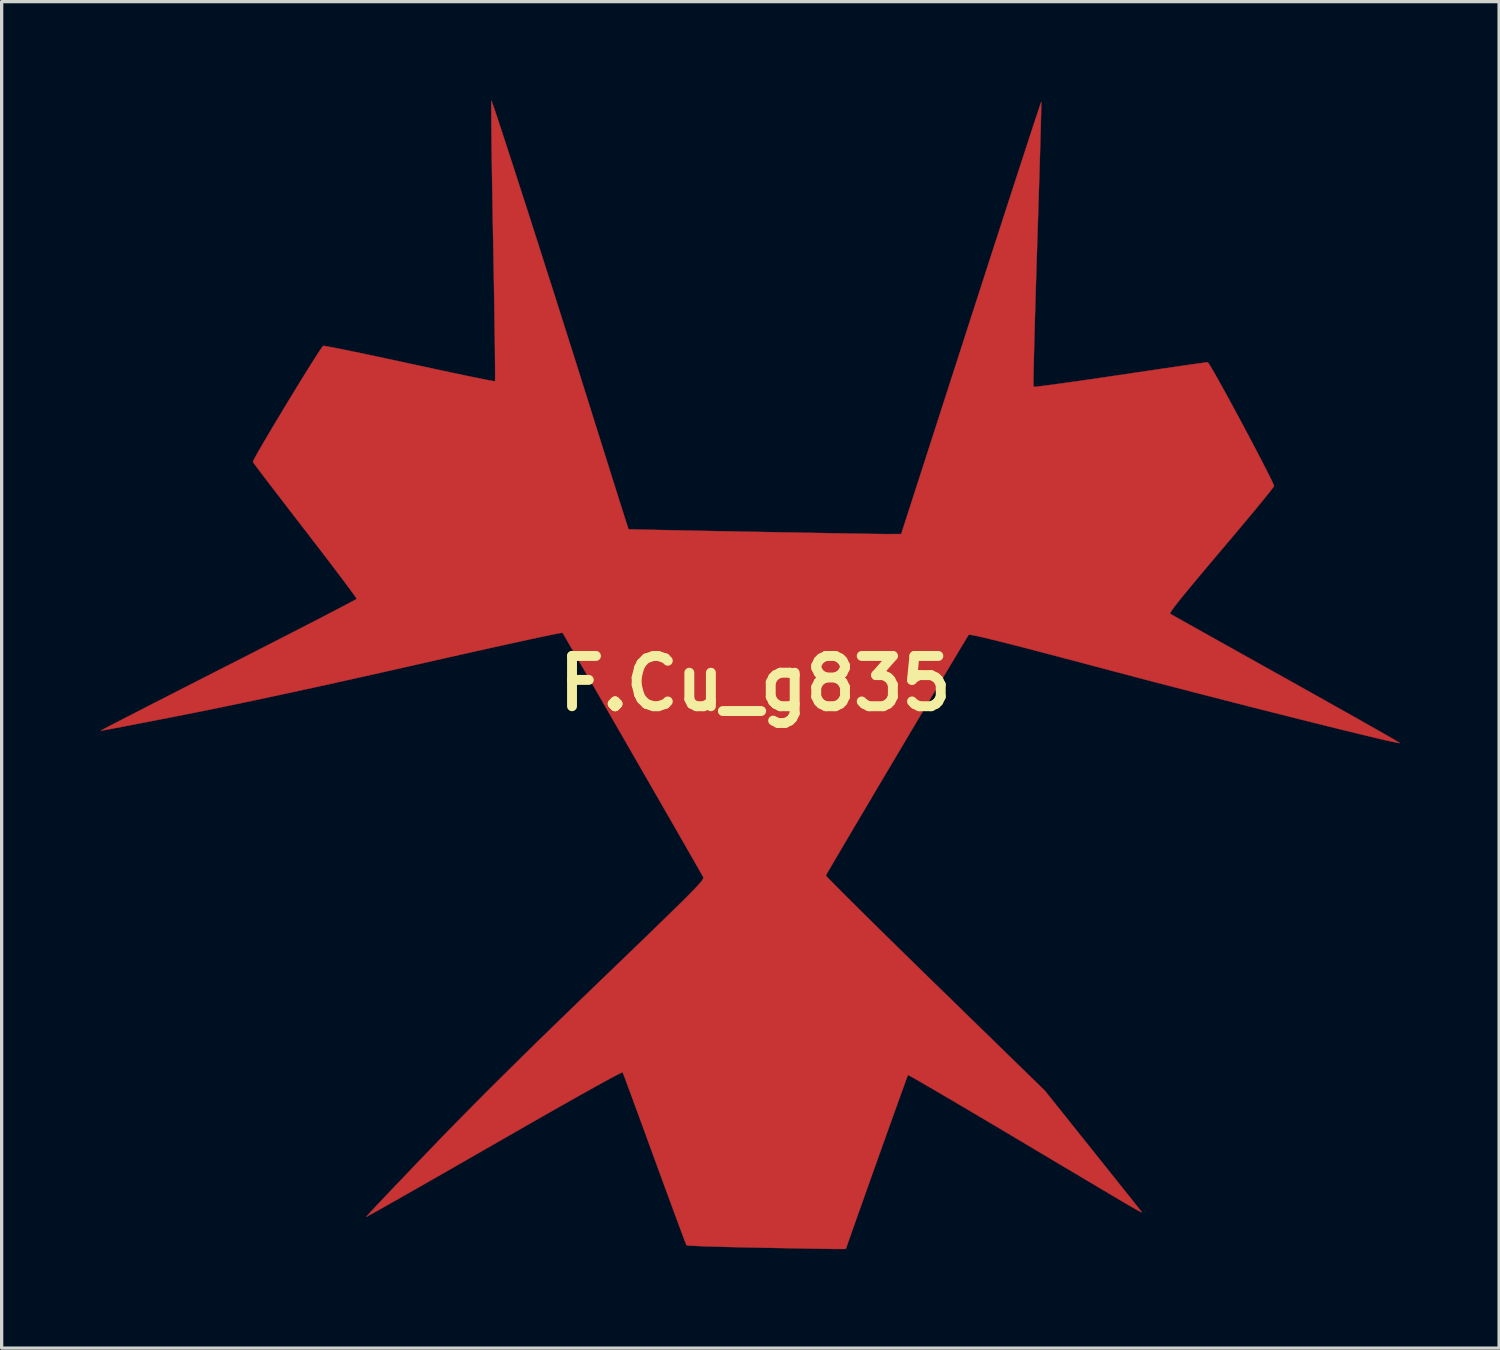
<source format=kicad_pcb>
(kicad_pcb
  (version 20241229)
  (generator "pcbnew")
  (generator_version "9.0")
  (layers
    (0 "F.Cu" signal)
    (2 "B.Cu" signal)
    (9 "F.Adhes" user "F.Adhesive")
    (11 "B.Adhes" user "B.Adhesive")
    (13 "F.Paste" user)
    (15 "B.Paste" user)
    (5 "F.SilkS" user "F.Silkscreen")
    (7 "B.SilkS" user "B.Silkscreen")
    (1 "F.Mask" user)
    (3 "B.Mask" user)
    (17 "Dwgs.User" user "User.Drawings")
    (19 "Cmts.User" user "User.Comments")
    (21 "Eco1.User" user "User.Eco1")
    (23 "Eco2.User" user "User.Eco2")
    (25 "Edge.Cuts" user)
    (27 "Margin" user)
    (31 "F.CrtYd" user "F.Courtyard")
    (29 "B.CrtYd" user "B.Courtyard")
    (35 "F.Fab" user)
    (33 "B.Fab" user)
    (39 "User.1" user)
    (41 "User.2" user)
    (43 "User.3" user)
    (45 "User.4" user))
  (footprint "F.Cu_g835"
    (layer "F.Cu")
    (at 19.84 17.667)
    (property "Reference" "F.Cu_g835" (at 0 0 0) (layer "F.SilkS") (effects (font (size 1.524 1.524) (thickness 0.3))))
    (attr through_hole)
    (fp_poly (pts (xy -7.976 -17.614) (xy -7.932 -17.491) (xy -7.866 -17.298) (xy -7.78 -17.04) (xy -7.675 -16.722) (xy -7.553 -16.349) (xy -7.416 -15.927) (xy -7.265 -15.461) (xy -7.102 -14.956) (xy -6.928 -14.418) (xy -6.746 -13.851) (xy -6.557 -13.261) (xy -6.363 -12.652) (xy -6.164 -12.032) (xy -5.964 -11.403) (xy -5.764 -10.773) (xy -5.565 -10.145) (xy -5.369 -9.526) (xy -5.178 -8.92) (xy -5.016 -8.405) (xy -4.847 -7.863) (xy -4.684 -7.346) (xy -4.53 -6.857) (xy -4.388 -6.404) (xy -4.257 -5.991) (xy -4.142 -5.623) (xy -4.042 -5.308) (xy -3.96 -5.05) (xy -3.898 -4.855) (xy -3.857 -4.728) (xy -3.84 -4.676) (xy -3.84 -4.675) (xy -3.797 -4.673) (xy -3.676 -4.67) (xy -3.485 -4.665) (xy -3.232 -4.66) (xy -2.922 -4.653) (xy -2.563 -4.646) (xy -2.163 -4.638) (xy -1.729 -4.629) (xy -1.267 -4.62) (xy -0.786 -4.611) (xy -0.291 -4.602) (xy 0.209 -4.593) (xy 0.707 -4.583) (xy 1.197 -4.575) (xy 1.671 -4.566) (xy 2.122 -4.558) (xy 2.542 -4.551) (xy 2.926 -4.544) (xy 3.264 -4.539) (xy 3.551 -4.534) (xy 3.778 -4.531) (xy 3.94 -4.529) (xy 4.023 -4.529) (xy 4.426 -4.53) (xy 6.541 -11.087) (xy 6.774 -11.807) (xy 6.999 -12.505) (xy 7.216 -13.176) (xy 7.424 -13.817) (xy 7.62 -14.422) (xy 7.804 -14.989) (xy 7.974 -15.512) (xy 8.129 -15.987) (xy 8.267 -16.411) (xy 8.387 -16.779) (xy 8.488 -17.086) (xy 8.569 -17.329) (xy 8.627 -17.503) (xy 8.662 -17.605) (xy 8.672 -17.631) (xy 8.672 -17.587) (xy 8.67 -17.465) (xy 8.666 -17.269) (xy 8.659 -17.006) (xy 8.65 -16.681) (xy 8.64 -16.299) (xy 8.627 -15.867) (xy 8.613 -15.389) (xy 8.597 -14.872) (xy 8.58 -14.321) (xy 8.561 -13.742) (xy 8.548 -13.317) (xy 8.529 -12.721) (xy 8.511 -12.149) (xy 8.495 -11.607) (xy 8.48 -11.1) (xy 8.467 -10.634) (xy 8.456 -10.214) (xy 8.447 -9.847) (xy 8.44 -9.538) (xy 8.436 -9.292) (xy 8.434 -9.116) (xy 8.434 -9.014) (xy 8.436 -8.991) (xy 8.482 -8.992) (xy 8.604 -9.005) (xy 8.795 -9.029) (xy 9.048 -9.063) (xy 9.357 -9.105) (xy 9.712 -9.155) (xy 10.109 -9.212) (xy 10.538 -9.274) (xy 10.993 -9.342) (xy 11.058 -9.351) (xy 11.518 -9.42) (xy 11.953 -9.484) (xy 12.358 -9.544) (xy 12.723 -9.598) (xy 13.043 -9.644) (xy 13.309 -9.682) (xy 13.515 -9.711) (xy 13.652 -9.73) (xy 13.714 -9.737) (xy 13.716 -9.737) (xy 13.746 -9.701) (xy 13.81 -9.598) (xy 13.904 -9.438) (xy 14.023 -9.228) (xy 14.162 -8.978) (xy 14.317 -8.696) (xy 14.483 -8.391) (xy 14.655 -8.072) (xy 14.829 -7.747) (xy 15 -7.425) (xy 15.164 -7.114) (xy 15.315 -6.824) (xy 15.45 -6.563) (xy 15.563 -6.34) (xy 15.65 -6.163) (xy 15.706 -6.042) (xy 15.727 -5.984) (xy 15.727 -5.983) (xy 15.7 -5.942) (xy 15.623 -5.842) (xy 15.501 -5.689) (xy 15.338 -5.489) (xy 15.14 -5.248) (xy 14.911 -4.973) (xy 14.656 -4.668) (xy 14.379 -4.339) (xy 14.124 -4.038) (xy 13.766 -3.614) (xy 13.46 -3.251) (xy 13.205 -2.944) (xy 12.997 -2.692) (xy 12.834 -2.489) (xy 12.713 -2.334) (xy 12.632 -2.222) (xy 12.587 -2.151) (xy 12.577 -2.116) (xy 12.579 -2.112) (xy 12.624 -2.087) (xy 12.737 -2.023) (xy 12.914 -1.924) (xy 13.148 -1.792) (xy 13.436 -1.631) (xy 13.772 -1.443) (xy 14.15 -1.231) (xy 14.566 -0.999) (xy 15.014 -0.748) (xy 15.488 -0.483) (xy 15.985 -0.206) (xy 16.098 -0.143) (xy 16.596 0.136) (xy 17.073 0.403) (xy 17.523 0.656) (xy 17.941 0.891) (xy 18.322 1.105) (xy 18.66 1.297) (xy 18.951 1.462) (xy 19.19 1.598) (xy 19.372 1.703) (xy 19.491 1.772) (xy 19.542 1.804) (xy 19.544 1.806) (xy 19.497 1.802) (xy 19.374 1.778) (xy 19.18 1.736) (xy 18.921 1.676) (xy 18.601 1.6) (xy 18.227 1.51) (xy 17.804 1.406) (xy 17.338 1.291) (xy 16.833 1.165) (xy 16.296 1.03) (xy 15.731 0.888) (xy 15.145 0.739) (xy 14.543 0.586) (xy 13.93 0.428) (xy 13.311 0.269) (xy 12.694 0.109) (xy 12.081 -0.05) (xy 11.48 -0.208) (xy 10.896 -0.362) (xy 10.672 -0.422) (xy 9.966 -0.609) (xy 9.339 -0.775) (xy 8.785 -0.92) (xy 8.302 -1.047) (xy 7.884 -1.155) (xy 7.53 -1.245) (xy 7.233 -1.319) (xy 6.992 -1.378) (xy 6.801 -1.422) (xy 6.658 -1.453) (xy 6.557 -1.471) (xy 6.496 -1.478) (xy 6.471 -1.474) (xy 6.47 -1.473) (xy 6.422 -1.395) (xy 6.336 -1.254) (xy 6.216 -1.055) (xy 6.066 -0.805) (xy 5.889 -0.509) (xy 5.689 -0.174) (xy 5.469 0.195) (xy 5.233 0.591) (xy 4.984 1.009) (xy 4.726 1.443) (xy 4.463 1.887) (xy 4.197 2.334) (xy 3.933 2.779) (xy 3.674 3.216) (xy 3.424 3.639) (xy 3.186 4.041) (xy 2.963 4.417) (xy 2.76 4.762) (xy 2.58 5.068) (xy 2.426 5.33) (xy 2.301 5.542) (xy 2.211 5.698) (xy 2.157 5.793) (xy 2.143 5.819) (xy 2.172 5.855) (xy 2.258 5.946) (xy 2.397 6.088) (xy 2.585 6.278) (xy 2.818 6.511) (xy 3.093 6.784) (xy 3.405 7.093) (xy 3.75 7.433) (xy 4.126 7.802) (xy 4.527 8.196) (xy 4.95 8.609) (xy 5.391 9.04) (xy 5.458 9.105) (xy 8.778 12.34) (xy 10.216 14.139) (xy 10.488 14.48) (xy 10.745 14.801) (xy 10.982 15.098) (xy 11.193 15.363) (xy 11.375 15.59) (xy 11.521 15.774) (xy 11.628 15.908) (xy 11.689 15.984) (xy 11.701 16) (xy 11.711 16.013) (xy 11.717 16.023) (xy 11.717 16.028) (xy 11.705 16.026) (xy 11.678 16.014) (xy 11.632 15.99) (xy 11.562 15.951) (xy 11.465 15.895) (xy 11.336 15.821) (xy 11.171 15.724) (xy 10.967 15.604) (xy 10.72 15.458) (xy 10.424 15.282) (xy 10.077 15.076) (xy 9.674 14.836) (xy 9.21 14.561) (xy 8.683 14.247) (xy 8.088 13.892) (xy 7.987 13.832) (xy 7.501 13.543) (xy 7.036 13.267) (xy 6.596 13.007) (xy 6.188 12.766) (xy 5.816 12.547) (xy 5.486 12.354) (xy 5.202 12.188) (xy 4.969 12.053) (xy 4.793 11.952) (xy 4.679 11.889) (xy 4.632 11.865) (xy 4.631 11.865) (xy 4.615 11.906) (xy 4.573 12.019) (xy 4.509 12.195) (xy 4.425 12.427) (xy 4.324 12.707) (xy 4.21 13.026) (xy 4.084 13.377) (xy 3.95 13.751) (xy 3.811 14.141) (xy 3.67 14.537) (xy 3.528 14.933) (xy 3.391 15.32) (xy 3.259 15.691) (xy 3.136 16.036) (xy 3.026 16.348) (xy 2.93 16.619) (xy 2.852 16.841) (xy 2.794 17.006) (xy 2.76 17.106) (xy 2.752 17.133) (xy 2.74 17.136) (xy 2.701 17.139) (xy 2.63 17.14) (xy 2.521 17.14) (xy 2.369 17.139) (xy 2.168 17.136) (xy 1.913 17.132) (xy 1.598 17.127) (xy 1.219 17.12) (xy 0.769 17.112) (xy 0.244 17.102) (xy -0.148 17.094) (xy -0.541 17.086) (xy -0.909 17.077) (xy -1.241 17.067) (xy -1.53 17.058) (xy -1.767 17.049) (xy -1.943 17.04) (xy -2.05 17.032) (xy -2.08 17.027) (xy -2.099 16.983) (xy -2.144 16.866) (xy -2.213 16.683) (xy -2.304 16.441) (xy -2.413 16.145) (xy -2.539 15.804) (xy -2.679 15.424) (xy -2.831 15.011) (xy -2.991 14.572) (xy -3.049 14.415) (xy -3.212 13.968) (xy -3.366 13.544) (xy -3.511 13.15) (xy -3.642 12.793) (xy -3.757 12.479) (xy -3.855 12.215) (xy -3.931 12.008) (xy -3.985 11.865) (xy -4.013 11.792) (xy -4.016 11.785) (xy -4.057 11.798) (xy -4.168 11.853) (xy -4.348 11.947) (xy -4.594 12.081) (xy -4.904 12.252) (xy -5.275 12.459) (xy -5.705 12.702) (xy -6.192 12.978) (xy -6.734 13.286) (xy -7.327 13.626) (xy -7.908 13.959) (xy -8.434 14.261) (xy -8.94 14.551) (xy -9.419 14.826) (xy -9.868 15.082) (xy -10.282 15.318) (xy -10.656 15.531) (xy -10.985 15.718) (xy -11.264 15.876) (xy -11.489 16.002) (xy -11.654 16.094) (xy -11.755 16.15) (xy -11.787 16.165) (xy -11.761 16.133) (xy -11.681 16.045) (xy -11.552 15.906) (xy -11.378 15.721) (xy -11.165 15.496) (xy -10.918 15.236) (xy -10.64 14.945) (xy -10.338 14.629) (xy -10.016 14.293) (xy -9.89 14.162) (xy -9.454 13.711) (xy -9.012 13.257) (xy -8.556 12.795) (xy -8.081 12.318) (xy -7.579 11.82) (xy -7.046 11.293) (xy -6.473 10.733) (xy -5.855 10.131) (xy -5.184 9.483) (xy -4.753 9.067) (xy -4.238 8.571) (xy -3.78 8.13) (xy -3.377 7.741) (xy -3.025 7.4) (xy -2.721 7.105) (xy -2.461 6.851) (xy -2.242 6.636) (xy -2.061 6.456) (xy -1.915 6.307) (xy -1.799 6.188) (xy -1.711 6.093) (xy -1.648 6.019) (xy -1.606 5.965) (xy -1.581 5.925) (xy -1.571 5.896) (xy -1.571 5.876) (xy -1.574 5.869) (xy -1.611 5.802) (xy -1.686 5.67) (xy -1.795 5.479) (xy -1.934 5.235) (xy -2.101 4.944) (xy -2.291 4.612) (xy -2.502 4.245) (xy -2.73 3.849) (xy -2.97 3.43) (xy -3.221 2.994) (xy -3.479 2.547) (xy -3.739 2.095) (xy -3.999 1.643) (xy -4.255 1.199) (xy -4.503 0.768) (xy -4.741 0.356) (xy -4.964 -0.031) (xy -5.17 -0.387) (xy -5.355 -0.706) (xy -5.515 -0.983) (xy -5.647 -1.21) (xy -5.747 -1.382) (xy -5.812 -1.493) (xy -5.839 -1.537) (xy -5.839 -1.537) (xy -5.884 -1.533) (xy -6.006 -1.51) (xy -6.2 -1.472) (xy -6.46 -1.417) (xy -6.781 -1.349) (xy -7.157 -1.267) (xy -7.584 -1.174) (xy -8.055 -1.07) (xy -8.565 -0.956) (xy -9.108 -0.834) (xy -9.681 -0.705) (xy -10.249 -0.576) (xy -11.332 -0.332) (xy -12.374 -0.099) (xy -13.37 0.121) (xy -14.312 0.325) (xy -15.195 0.514) (xy -16.013 0.685) (xy -16.759 0.838) (xy -17.225 0.93) (xy -17.681 1.02) (xy -18.113 1.104) (xy -18.512 1.182) (xy -18.872 1.251) (xy -19.185 1.311) (xy -19.445 1.361) (xy -19.644 1.398) (xy -19.776 1.421) (xy -19.833 1.43) (xy -19.835 1.43) (xy -19.8 1.41) (xy -19.694 1.353) (xy -19.523 1.264) (xy -19.291 1.144) (xy -19.003 0.996) (xy -18.665 0.822) (xy -18.281 0.625) (xy -17.856 0.408) (xy -17.396 0.172) (xy -16.904 -0.078) (xy -16.387 -0.342) (xy -15.969 -0.555) (xy -15.434 -0.827) (xy -14.921 -1.089) (xy -14.435 -1.338) (xy -13.98 -1.571) (xy -13.562 -1.786) (xy -13.185 -1.98) (xy -12.855 -2.152) (xy -12.577 -2.297) (xy -12.355 -2.413) (xy -12.195 -2.499) (xy -12.101 -2.55) (xy -12.078 -2.566) (xy -12.101 -2.605) (xy -12.172 -2.705) (xy -12.285 -2.861) (xy -12.437 -3.065) (xy -12.624 -3.313) (xy -12.84 -3.599) (xy -13.082 -3.916) (xy -13.345 -4.258) (xy -13.624 -4.621) (xy -13.635 -4.636) (xy -13.916 -4.999) (xy -14.181 -5.343) (xy -14.426 -5.663) (xy -14.647 -5.95) (xy -14.839 -6.201) (xy -14.997 -6.409) (xy -15.117 -6.568) (xy -15.194 -6.672) (xy -15.225 -6.715) (xy -15.225 -6.715) (xy -15.208 -6.76) (xy -15.151 -6.868) (xy -15.06 -7.031) (xy -14.939 -7.239) (xy -14.795 -7.486) (xy -14.632 -7.761) (xy -14.455 -8.056) (xy -14.27 -8.363) (xy -14.082 -8.673) (xy -13.896 -8.978) (xy -13.718 -9.268) (xy -13.551 -9.536) (xy -13.403 -9.772) (xy -13.277 -9.969) (xy -13.18 -10.117) (xy -13.116 -10.207) (xy -13.092 -10.233) (xy -13.042 -10.228) (xy -12.917 -10.206) (xy -12.723 -10.169) (xy -12.468 -10.118) (xy -12.16 -10.055) (xy -11.805 -9.981) (xy -11.41 -9.898) (xy -10.984 -9.806) (xy -10.533 -9.709) (xy -10.473 -9.696) (xy -10.02 -9.598) (xy -9.592 -9.506) (xy -9.196 -9.421) (xy -8.839 -9.346) (xy -8.528 -9.282) (xy -8.27 -9.23) (xy -8.072 -9.191) (xy -7.942 -9.167) (xy -7.887 -9.16) (xy -7.885 -9.161) (xy -7.883 -9.206) (xy -7.882 -9.329) (xy -7.883 -9.526) (xy -7.885 -9.791) (xy -7.888 -10.117) (xy -7.893 -10.5) (xy -7.899 -10.933) (xy -7.907 -11.41) (xy -7.915 -11.927) (xy -7.924 -12.478) (xy -7.935 -13.056) (xy -7.942 -13.438) (xy -7.953 -14.029) (xy -7.963 -14.596) (xy -7.972 -15.132) (xy -7.98 -15.631) (xy -7.986 -16.089) (xy -7.992 -16.5) (xy -7.996 -16.858) (xy -7.998 -17.157) (xy -8 -17.391) (xy -7.999 -17.557) (xy -7.997 -17.646) (xy -7.995 -17.662) (xy -7.976 -17.614)) (stroke (width 0.01) (type solid)) (fill yes) (layer "F.Cu")))
  (gr_rect
    (start -3 -3)
    (end 42.389 37.812)
    (stroke (width 0.1) (type default))
    (fill no)
    (layer "Edge.Cuts")))
</source>
